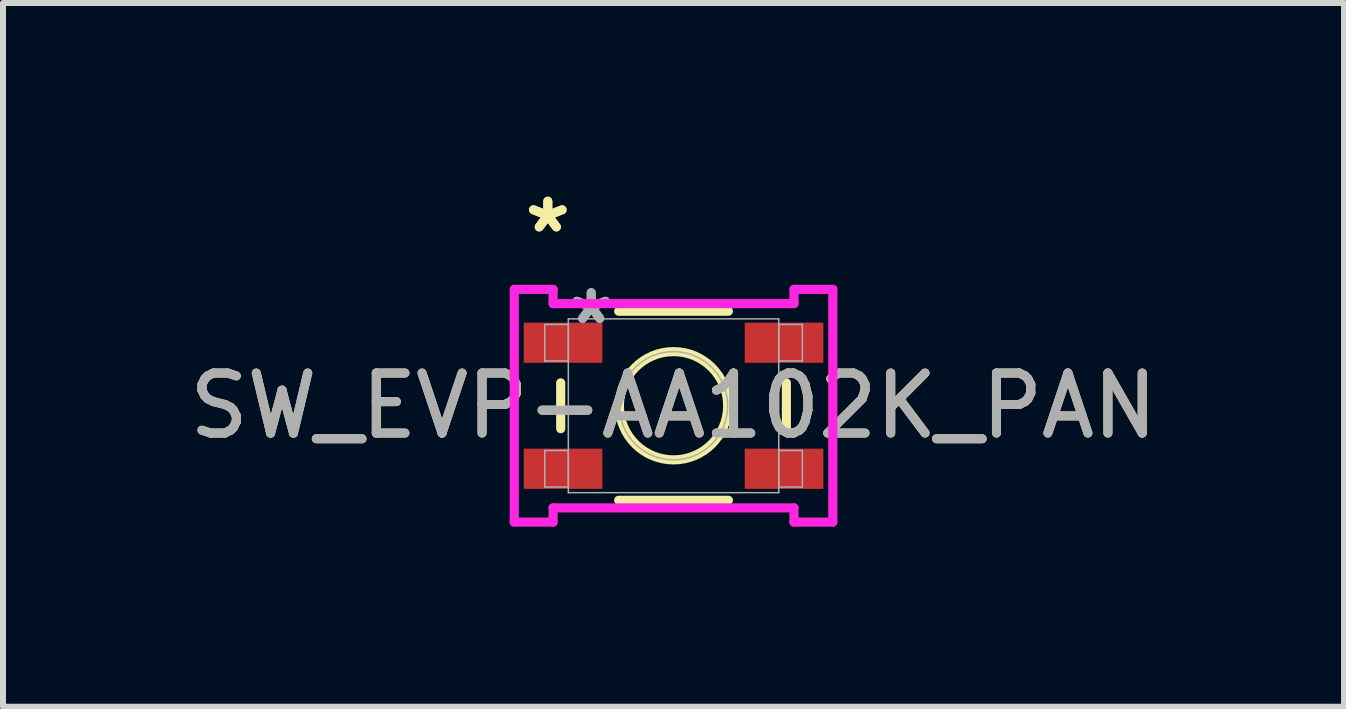
<source format=kicad_pcb>
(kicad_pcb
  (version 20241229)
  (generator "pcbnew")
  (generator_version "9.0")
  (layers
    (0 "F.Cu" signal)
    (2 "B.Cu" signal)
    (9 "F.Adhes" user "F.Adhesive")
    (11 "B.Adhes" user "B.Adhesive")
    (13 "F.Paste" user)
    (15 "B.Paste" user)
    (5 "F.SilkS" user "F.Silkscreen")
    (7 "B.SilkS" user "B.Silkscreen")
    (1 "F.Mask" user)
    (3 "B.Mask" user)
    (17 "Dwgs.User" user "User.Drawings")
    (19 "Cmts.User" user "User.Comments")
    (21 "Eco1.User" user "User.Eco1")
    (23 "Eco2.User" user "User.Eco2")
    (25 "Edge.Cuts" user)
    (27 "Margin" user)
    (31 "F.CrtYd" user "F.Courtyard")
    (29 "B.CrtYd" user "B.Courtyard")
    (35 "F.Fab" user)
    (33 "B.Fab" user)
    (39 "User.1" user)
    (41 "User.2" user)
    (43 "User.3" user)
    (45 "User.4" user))
  (footprint "SW_EVP-AA102K_PAN"
    (layer "F.Cu")
    (at 8.173 3.711)
    (property "Reference" "SW_EVP-AA102K_PAN" (at 0 0 0) (unlocked yes) (layer "F.SilkS") (effects (font (size 1 1) (thickness 0.15))))
    (attr smd)
    (fp_line (start -1.88 -0.382) (end -1.88 0.382) (stroke (width 0.152) (type solid)) (layer "F.SilkS"))
    (fp_line (start -0.914 1.575) (end 0.914 1.575) (stroke (width 0.152) (type solid)) (layer "F.SilkS"))
    (fp_line (start 0.914 -1.575) (end -0.914 -1.575) (stroke (width 0.152) (type solid)) (layer "F.SilkS"))
    (fp_line (start 1.88 0.382) (end 1.88 -0.382) (stroke (width 0.152) (type solid)) (layer "F.SilkS"))
    (fp_circle (center 0 0) (end 0.902 0) (stroke (width 0.152) (type solid)) (fill no) (layer "F.SilkS"))
    (fp_line (start -2.654 -1.939) (end -2.007 -1.939) (stroke (width 0.152) (type solid)) (layer "F.CrtYd"))
    (fp_line (start -2.654 1.939) (end -2.654 -1.939) (stroke (width 0.152) (type solid)) (layer "F.CrtYd"))
    (fp_line (start -2.007 -1.939) (end -2.007 -1.702) (stroke (width 0.152) (type solid)) (layer "F.CrtYd"))
    (fp_line (start -2.007 -1.702) (end 2.007 -1.702) (stroke (width 0.152) (type solid)) (layer "F.CrtYd"))
    (fp_line (start -2.007 1.702) (end -2.007 1.939) (stroke (width 0.152) (type solid)) (layer "F.CrtYd"))
    (fp_line (start -2.007 1.939) (end -2.654 1.939) (stroke (width 0.152) (type solid)) (layer "F.CrtYd"))
    (fp_line (start 2.007 -1.939) (end 2.654 -1.939) (stroke (width 0.152) (type solid)) (layer "F.CrtYd"))
    (fp_line (start 2.007 -1.702) (end 2.007 -1.939) (stroke (width 0.152) (type solid)) (layer "F.CrtYd"))
    (fp_line (start 2.007 1.702) (end -2.007 1.702) (stroke (width 0.152) (type solid)) (layer "F.CrtYd"))
    (fp_line (start 2.007 1.939) (end 2.007 1.702) (stroke (width 0.152) (type solid)) (layer "F.CrtYd"))
    (fp_line (start 2.654 -1.939) (end 2.654 1.939) (stroke (width 0.152) (type solid)) (layer "F.CrtYd"))
    (fp_line (start 2.654 1.939) (end 2.007 1.939) (stroke (width 0.152) (type solid)) (layer "F.CrtYd"))
    (fp_line (start -2.146 -1.355) (end -2.146 -0.745) (stroke (width 0.025) (type solid)) (layer "F.Fab"))
    (fp_line (start -2.146 -0.745) (end -1.753 -0.745) (stroke (width 0.025) (type solid)) (layer "F.Fab"))
    (fp_line (start -2.146 0.745) (end -2.146 1.355) (stroke (width 0.025) (type solid)) (layer "F.Fab"))
    (fp_line (start -2.146 1.355) (end -1.753 1.355) (stroke (width 0.025) (type solid)) (layer "F.Fab"))
    (fp_line (start -1.753 -1.448) (end -1.753 1.448) (stroke (width 0.025) (type solid)) (layer "F.Fab"))
    (fp_line (start -1.753 -1.355) (end -2.146 -1.355) (stroke (width 0.025) (type solid)) (layer "F.Fab"))
    (fp_line (start -1.753 -0.745) (end -1.753 -1.355) (stroke (width 0.025) (type solid)) (layer "F.Fab"))
    (fp_line (start -1.753 0.745) (end -2.146 0.745) (stroke (width 0.025) (type solid)) (layer "F.Fab"))
    (fp_line (start -1.753 1.355) (end -1.753 0.745) (stroke (width 0.025) (type solid)) (layer "F.Fab"))
    (fp_line (start -1.753 1.448) (end 1.753 1.448) (stroke (width 0.025) (type solid)) (layer "F.Fab"))
    (fp_line (start 1.753 -1.448) (end -1.753 -1.448) (stroke (width 0.025) (type solid)) (layer "F.Fab"))
    (fp_line (start 1.753 -1.355) (end 1.753 -0.745) (stroke (width 0.025) (type solid)) (layer "F.Fab"))
    (fp_line (start 1.753 -0.745) (end 2.146 -0.745) (stroke (width 0.025) (type solid)) (layer "F.Fab"))
    (fp_line (start 1.753 0.745) (end 1.753 1.355) (stroke (width 0.025) (type solid)) (layer "F.Fab"))
    (fp_line (start 1.753 1.355) (end 2.146 1.355) (stroke (width 0.025) (type solid)) (layer "F.Fab"))
    (fp_line (start 1.753 1.448) (end 1.753 -1.448) (stroke (width 0.025) (type solid)) (layer "F.Fab"))
    (fp_line (start 2.146 -1.355) (end 1.753 -1.355) (stroke (width 0.025) (type solid)) (layer "F.Fab"))
    (fp_line (start 2.146 -0.745) (end 2.146 -1.355) (stroke (width 0.025) (type solid)) (layer "F.Fab"))
    (fp_line (start 2.146 0.745) (end 1.753 0.745) (stroke (width 0.025) (type solid)) (layer "F.Fab"))
    (fp_line (start 2.146 1.355) (end 2.146 0.745) (stroke (width 0.025) (type solid)) (layer "F.Fab"))
    (fp_circle (center 0 0) (end 0.902 0) (stroke (width 0.025) (type solid)) (fill no) (layer "F.Fab"))
    (fp_text user "*" (at -2.095 -2.863 0) (unlocked yes) (layer "F.SilkS") (effects (font (size 1 1) (thickness 0.15))))
    (fp_text user "*" (at -2.095 -2.863 0) (layer "F.SilkS") (effects (font (size 1 1) (thickness 0.15))))
    (fp_text user "${REFERENCE}" (at 0 0 0) (unlocked yes) (layer "F.Fab") (effects (font (size 1 1) (thickness 0.15))))
    (fp_text user "*" (at -1.372 -1.339 0) (unlocked yes) (layer "F.Fab") (effects (font (size 1 1) (thickness 0.15))))
    (fp_text user "*" (at -1.372 -1.339 0) (layer "F.Fab") (effects (font (size 1 1) (thickness 0.15))))
    (pad "1" smd rect (at -1.841 -1.05) (size 1.31 0.67) (layers "F.Cu" "F.Mask" "F.Paste"))
    (pad "2" smd rect (at -1.841 1.05) (size 1.31 0.67) (layers "F.Cu" "F.Mask" "F.Paste"))
    (pad "3" smd rect (at 1.841 1.05) (size 1.31 0.67) (layers "F.Cu" "F.Mask" "F.Paste"))
    (pad "4" smd rect (at 1.841 -1.05) (size 1.31 0.67) (layers "F.Cu" "F.Mask" "F.Paste")))
  (gr_rect
    (start -3 -3)
    (end 19.345 8.726)
    (stroke (width 0.1) (type default))
    (fill no)
    (layer "Edge.Cuts")))
</source>
